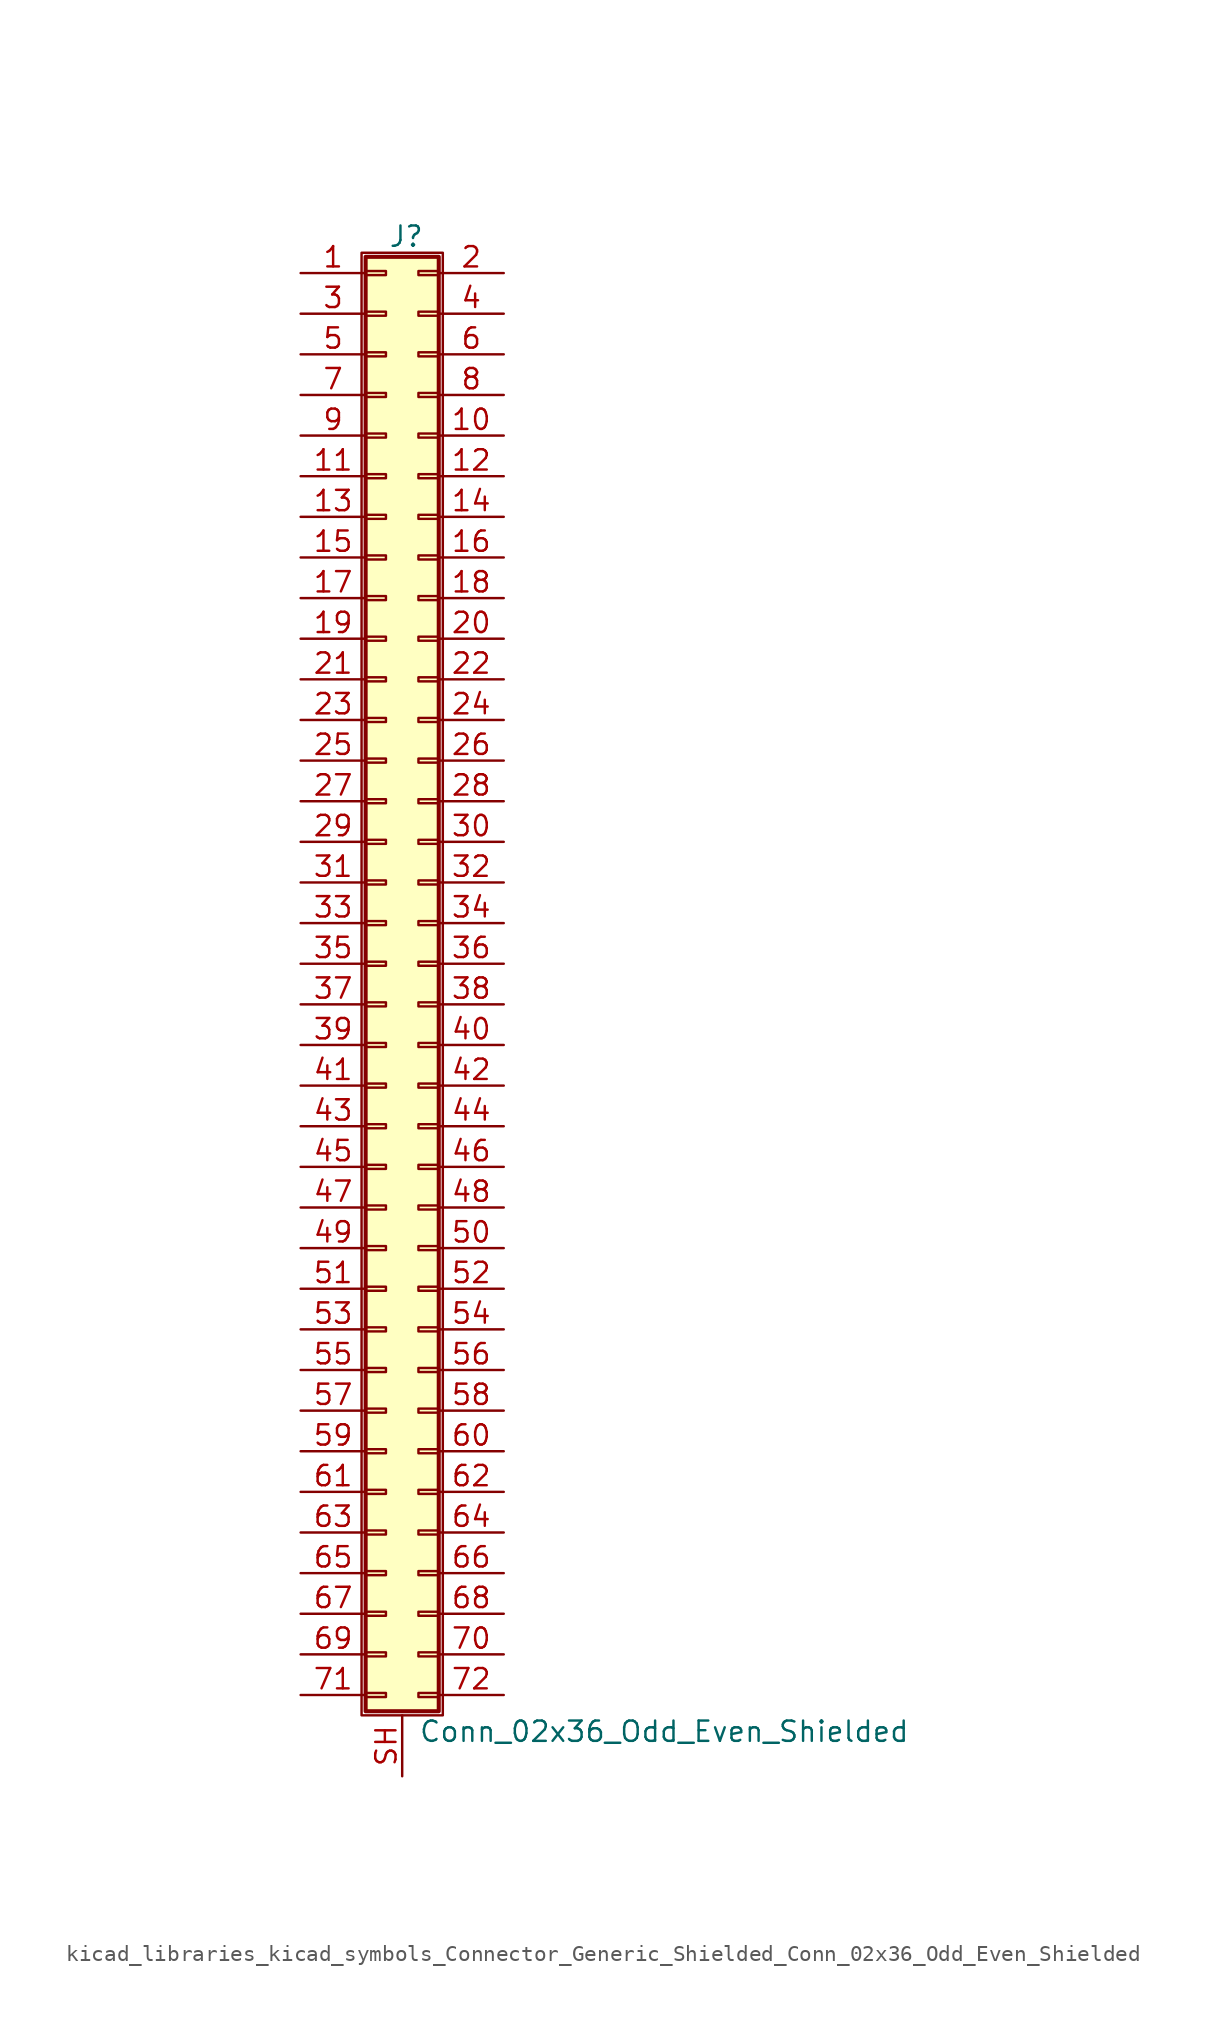
<source format=kicad_sym>
(kicad_symbol_lib
  (version 20220914)
  (generator kicad_symbol_editor)
  (symbol "kicad_libraries_kicad_symbols_Connector_Generic_Shielded_Conn_02x36_Odd_Even_Shielded"
    (pin_names
      (offset 1.016) hide)
    (property "Reference" "J"
      (at 1.524 45.466 0)
      (effects (font (size 1.27 1.27))))
    (property "Value" "Conn_02x36_Odd_Even_Shielded"
      (at 2.286 -48.006 0)
      (effects (font (size 1.27 1.27)) (justify left)))
    (symbol "kicad_libraries_kicad_symbols_Connector_Generic_Shielded_Conn_02x36_Odd_Even_Shielded_1_1"
      (rectangle (start -1.27 44.45) (end 3.81 -46.99) (stroke (width 0.152) (type default)) (fill (type none)))
      (rectangle (start -1.016 -45.593) (end 0.254 -45.847) (stroke (width 0.152) (type default)) (fill (type none)))
      (rectangle (start -1.016 -43.053) (end 0.254 -43.307) (stroke (width 0.152) (type default)) (fill (type none)))
      (rectangle (start -1.016 -40.513) (end 0.254 -40.767) (stroke (width 0.152) (type default)) (fill (type none)))
      (rectangle (start -1.016 -37.973) (end 0.254 -38.227) (stroke (width 0.152) (type default)) (fill (type none)))
      (rectangle (start -1.016 -35.433) (end 0.254 -35.687) (stroke (width 0.152) (type default)) (fill (type none)))
      (rectangle (start -1.016 -32.893) (end 0.254 -33.147) (stroke (width 0.152) (type default)) (fill (type none)))
      (rectangle (start -1.016 -30.353) (end 0.254 -30.607) (stroke (width 0.152) (type default)) (fill (type none)))
      (rectangle (start -1.016 -27.813) (end 0.254 -28.067) (stroke (width 0.152) (type default)) (fill (type none)))
      (rectangle (start -1.016 -25.273) (end 0.254 -25.527) (stroke (width 0.152) (type default)) (fill (type none)))
      (rectangle (start -1.016 -22.733) (end 0.254 -22.987) (stroke (width 0.152) (type default)) (fill (type none)))
      (rectangle (start -1.016 -20.193) (end 0.254 -20.447) (stroke (width 0.152) (type default)) (fill (type none)))
      (rectangle (start -1.016 -17.653) (end 0.254 -17.907) (stroke (width 0.152) (type default)) (fill (type none)))
      (rectangle (start -1.016 -15.113) (end 0.254 -15.367) (stroke (width 0.152) (type default)) (fill (type none)))
      (rectangle (start -1.016 -12.573) (end 0.254 -12.827) (stroke (width 0.152) (type default)) (fill (type none)))
      (rectangle (start -1.016 -10.033) (end 0.254 -10.287) (stroke (width 0.152) (type default)) (fill (type none)))
      (rectangle (start -1.016 -7.493) (end 0.254 -7.747) (stroke (width 0.152) (type default)) (fill (type none)))
      (rectangle (start -1.016 -4.953) (end 0.254 -5.207) (stroke (width 0.152) (type default)) (fill (type none)))
      (rectangle (start -1.016 -2.413) (end 0.254 -2.667) (stroke (width 0.152) (type default)) (fill (type none)))
      (rectangle (start -1.016 0.127) (end 0.254 -0.127) (stroke (width 0.152) (type default)) (fill (type none)))
      (rectangle (start -1.016 2.667) (end 0.254 2.413) (stroke (width 0.152) (type default)) (fill (type none)))
      (rectangle (start -1.016 5.207) (end 0.254 4.953) (stroke (width 0.152) (type default)) (fill (type none)))
      (rectangle (start -1.016 7.747) (end 0.254 7.493) (stroke (width 0.152) (type default)) (fill (type none)))
      (rectangle (start -1.016 10.287) (end 0.254 10.033) (stroke (width 0.152) (type default)) (fill (type none)))
      (rectangle (start -1.016 12.827) (end 0.254 12.573) (stroke (width 0.152) (type default)) (fill (type none)))
      (rectangle (start -1.016 15.367) (end 0.254 15.113) (stroke (width 0.152) (type default)) (fill (type none)))
      (rectangle (start -1.016 17.907) (end 0.254 17.653) (stroke (width 0.152) (type default)) (fill (type none)))
      (rectangle (start -1.016 20.447) (end 0.254 20.193) (stroke (width 0.152) (type default)) (fill (type none)))
      (rectangle (start -1.016 22.987) (end 0.254 22.733) (stroke (width 0.152) (type default)) (fill (type none)))
      (rectangle (start -1.016 25.527) (end 0.254 25.273) (stroke (width 0.152) (type default)) (fill (type none)))
      (rectangle (start -1.016 28.067) (end 0.254 27.813) (stroke (width 0.152) (type default)) (fill (type none)))
      (rectangle (start -1.016 30.607) (end 0.254 30.353) (stroke (width 0.152) (type default)) (fill (type none)))
      (rectangle (start -1.016 33.147) (end 0.254 32.893) (stroke (width 0.152) (type default)) (fill (type none)))
      (rectangle (start -1.016 35.687) (end 0.254 35.433) (stroke (width 0.152) (type default)) (fill (type none)))
      (rectangle (start -1.016 38.227) (end 0.254 37.973) (stroke (width 0.152) (type default)) (fill (type none)))
      (rectangle (start -1.016 40.767) (end 0.254 40.513) (stroke (width 0.152) (type default)) (fill (type none)))
      (rectangle (start -1.016 43.307) (end 0.254 43.053) (stroke (width 0.152) (type default)) (fill (type none)))
      (rectangle (start -1.016 44.196) (end 3.556 -46.736) (stroke (width 0.254) (type default)) (fill (type background)))
      (rectangle (start 3.556 -45.593) (end 2.286 -45.847) (stroke (width 0.152) (type default)) (fill (type none)))
      (rectangle (start 3.556 -43.053) (end 2.286 -43.307) (stroke (width 0.152) (type default)) (fill (type none)))
      (rectangle (start 3.556 -40.513) (end 2.286 -40.767) (stroke (width 0.152) (type default)) (fill (type none)))
      (rectangle (start 3.556 -37.973) (end 2.286 -38.227) (stroke (width 0.152) (type default)) (fill (type none)))
      (rectangle (start 3.556 -35.433) (end 2.286 -35.687) (stroke (width 0.152) (type default)) (fill (type none)))
      (rectangle (start 3.556 -32.893) (end 2.286 -33.147) (stroke (width 0.152) (type default)) (fill (type none)))
      (rectangle (start 3.556 -30.353) (end 2.286 -30.607) (stroke (width 0.152) (type default)) (fill (type none)))
      (rectangle (start 3.556 -27.813) (end 2.286 -28.067) (stroke (width 0.152) (type default)) (fill (type none)))
      (rectangle (start 3.556 -25.273) (end 2.286 -25.527) (stroke (width 0.152) (type default)) (fill (type none)))
      (rectangle (start 3.556 -22.733) (end 2.286 -22.987) (stroke (width 0.152) (type default)) (fill (type none)))
      (rectangle (start 3.556 -20.193) (end 2.286 -20.447) (stroke (width 0.152) (type default)) (fill (type none)))
      (rectangle (start 3.556 -17.653) (end 2.286 -17.907) (stroke (width 0.152) (type default)) (fill (type none)))
      (rectangle (start 3.556 -15.113) (end 2.286 -15.367) (stroke (width 0.152) (type default)) (fill (type none)))
      (rectangle (start 3.556 -12.573) (end 2.286 -12.827) (stroke (width 0.152) (type default)) (fill (type none)))
      (rectangle (start 3.556 -10.033) (end 2.286 -10.287) (stroke (width 0.152) (type default)) (fill (type none)))
      (rectangle (start 3.556 -7.493) (end 2.286 -7.747) (stroke (width 0.152) (type default)) (fill (type none)))
      (rectangle (start 3.556 -4.953) (end 2.286 -5.207) (stroke (width 0.152) (type default)) (fill (type none)))
      (rectangle (start 3.556 -2.413) (end 2.286 -2.667) (stroke (width 0.152) (type default)) (fill (type none)))
      (rectangle (start 3.556 0.127) (end 2.286 -0.127) (stroke (width 0.152) (type default)) (fill (type none)))
      (rectangle (start 3.556 2.667) (end 2.286 2.413) (stroke (width 0.152) (type default)) (fill (type none)))
      (rectangle (start 3.556 5.207) (end 2.286 4.953) (stroke (width 0.152) (type default)) (fill (type none)))
      (rectangle (start 3.556 7.747) (end 2.286 7.493) (stroke (width 0.152) (type default)) (fill (type none)))
      (rectangle (start 3.556 10.287) (end 2.286 10.033) (stroke (width 0.152) (type default)) (fill (type none)))
      (rectangle (start 3.556 12.827) (end 2.286 12.573) (stroke (width 0.152) (type default)) (fill (type none)))
      (rectangle (start 3.556 15.367) (end 2.286 15.113) (stroke (width 0.152) (type default)) (fill (type none)))
      (rectangle (start 3.556 17.907) (end 2.286 17.653) (stroke (width 0.152) (type default)) (fill (type none)))
      (rectangle (start 3.556 20.447) (end 2.286 20.193) (stroke (width 0.152) (type default)) (fill (type none)))
      (rectangle (start 3.556 22.987) (end 2.286 22.733) (stroke (width 0.152) (type default)) (fill (type none)))
      (rectangle (start 3.556 25.527) (end 2.286 25.273) (stroke (width 0.152) (type default)) (fill (type none)))
      (rectangle (start 3.556 28.067) (end 2.286 27.813) (stroke (width 0.152) (type default)) (fill (type none)))
      (rectangle (start 3.556 30.607) (end 2.286 30.353) (stroke (width 0.152) (type default)) (fill (type none)))
      (rectangle (start 3.556 33.147) (end 2.286 32.893) (stroke (width 0.152) (type default)) (fill (type none)))
      (rectangle (start 3.556 35.687) (end 2.286 35.433) (stroke (width 0.152) (type default)) (fill (type none)))
      (rectangle (start 3.556 38.227) (end 2.286 37.973) (stroke (width 0.152) (type default)) (fill (type none)))
      (rectangle (start 3.556 40.767) (end 2.286 40.513) (stroke (width 0.152) (type default)) (fill (type none)))
      (rectangle (start 3.556 43.307) (end 2.286 43.053) (stroke (width 0.152) (type default)) (fill (type none)))
      (pin passive line (at -5.08 43.18 0) (length 4.064) (name "Pin_1" (effects (font (size 1.27 1.27)))) (number "1" (effects (font (size 1.27 1.27)))))
      (pin passive line (at 7.62 33.02 180) (length 4.064) (name "Pin_10" (effects (font (size 1.27 1.27)))) (number "10" (effects (font (size 1.27 1.27)))))
      (pin passive line (at -5.08 30.48 0) (length 4.064) (name "Pin_11" (effects (font (size 1.27 1.27)))) (number "11" (effects (font (size 1.27 1.27)))))
      (pin passive line (at 7.62 30.48 180) (length 4.064) (name "Pin_12" (effects (font (size 1.27 1.27)))) (number "12" (effects (font (size 1.27 1.27)))))
      (pin passive line (at -5.08 27.94 0) (length 4.064) (name "Pin_13" (effects (font (size 1.27 1.27)))) (number "13" (effects (font (size 1.27 1.27)))))
      (pin passive line (at 7.62 27.94 180) (length 4.064) (name "Pin_14" (effects (font (size 1.27 1.27)))) (number "14" (effects (font (size 1.27 1.27)))))
      (pin passive line (at -5.08 25.4 0) (length 4.064) (name "Pin_15" (effects (font (size 1.27 1.27)))) (number "15" (effects (font (size 1.27 1.27)))))
      (pin passive line (at 7.62 25.4 180) (length 4.064) (name "Pin_16" (effects (font (size 1.27 1.27)))) (number "16" (effects (font (size 1.27 1.27)))))
      (pin passive line (at -5.08 22.86 0) (length 4.064) (name "Pin_17" (effects (font (size 1.27 1.27)))) (number "17" (effects (font (size 1.27 1.27)))))
      (pin passive line (at 7.62 22.86 180) (length 4.064) (name "Pin_18" (effects (font (size 1.27 1.27)))) (number "18" (effects (font (size 1.27 1.27)))))
      (pin passive line (at -5.08 20.32 0) (length 4.064) (name "Pin_19" (effects (font (size 1.27 1.27)))) (number "19" (effects (font (size 1.27 1.27)))))
      (pin passive line (at 7.62 43.18 180) (length 4.064) (name "Pin_2" (effects (font (size 1.27 1.27)))) (number "2" (effects (font (size 1.27 1.27)))))
      (pin passive line (at 7.62 20.32 180) (length 4.064) (name "Pin_20" (effects (font (size 1.27 1.27)))) (number "20" (effects (font (size 1.27 1.27)))))
      (pin passive line (at -5.08 17.78 0) (length 4.064) (name "Pin_21" (effects (font (size 1.27 1.27)))) (number "21" (effects (font (size 1.27 1.27)))))
      (pin passive line (at 7.62 17.78 180) (length 4.064) (name "Pin_22" (effects (font (size 1.27 1.27)))) (number "22" (effects (font (size 1.27 1.27)))))
      (pin passive line (at -5.08 15.24 0) (length 4.064) (name "Pin_23" (effects (font (size 1.27 1.27)))) (number "23" (effects (font (size 1.27 1.27)))))
      (pin passive line (at 7.62 15.24 180) (length 4.064) (name "Pin_24" (effects (font (size 1.27 1.27)))) (number "24" (effects (font (size 1.27 1.27)))))
      (pin passive line (at -5.08 12.7 0) (length 4.064) (name "Pin_25" (effects (font (size 1.27 1.27)))) (number "25" (effects (font (size 1.27 1.27)))))
      (pin passive line (at 7.62 12.7 180) (length 4.064) (name "Pin_26" (effects (font (size 1.27 1.27)))) (number "26" (effects (font (size 1.27 1.27)))))
      (pin passive line (at -5.08 10.16 0) (length 4.064) (name "Pin_27" (effects (font (size 1.27 1.27)))) (number "27" (effects (font (size 1.27 1.27)))))
      (pin passive line (at 7.62 10.16 180) (length 4.064) (name "Pin_28" (effects (font (size 1.27 1.27)))) (number "28" (effects (font (size 1.27 1.27)))))
      (pin passive line (at -5.08 7.62 0) (length 4.064) (name "Pin_29" (effects (font (size 1.27 1.27)))) (number "29" (effects (font (size 1.27 1.27)))))
      (pin passive line (at -5.08 40.64 0) (length 4.064) (name "Pin_3" (effects (font (size 1.27 1.27)))) (number "3" (effects (font (size 1.27 1.27)))))
      (pin passive line (at 7.62 7.62 180) (length 4.064) (name "Pin_30" (effects (font (size 1.27 1.27)))) (number "30" (effects (font (size 1.27 1.27)))))
      (pin passive line (at -5.08 5.08 0) (length 4.064) (name "Pin_31" (effects (font (size 1.27 1.27)))) (number "31" (effects (font (size 1.27 1.27)))))
      (pin passive line (at 7.62 5.08 180) (length 4.064) (name "Pin_32" (effects (font (size 1.27 1.27)))) (number "32" (effects (font (size 1.27 1.27)))))
      (pin passive line (at -5.08 2.54 0) (length 4.064) (name "Pin_33" (effects (font (size 1.27 1.27)))) (number "33" (effects (font (size 1.27 1.27)))))
      (pin passive line (at 7.62 2.54 180) (length 4.064) (name "Pin_34" (effects (font (size 1.27 1.27)))) (number "34" (effects (font (size 1.27 1.27)))))
      (pin passive line (at -5.08 0 0) (length 4.064) (name "Pin_35" (effects (font (size 1.27 1.27)))) (number "35" (effects (font (size 1.27 1.27)))))
      (pin passive line (at 7.62 0 180) (length 4.064) (name "Pin_36" (effects (font (size 1.27 1.27)))) (number "36" (effects (font (size 1.27 1.27)))))
      (pin passive line (at -5.08 -2.54 0) (length 4.064) (name "Pin_37" (effects (font (size 1.27 1.27)))) (number "37" (effects (font (size 1.27 1.27)))))
      (pin passive line (at 7.62 -2.54 180) (length 4.064) (name "Pin_38" (effects (font (size 1.27 1.27)))) (number "38" (effects (font (size 1.27 1.27)))))
      (pin passive line (at -5.08 -5.08 0) (length 4.064) (name "Pin_39" (effects (font (size 1.27 1.27)))) (number "39" (effects (font (size 1.27 1.27)))))
      (pin passive line (at 7.62 40.64 180) (length 4.064) (name "Pin_4" (effects (font (size 1.27 1.27)))) (number "4" (effects (font (size 1.27 1.27)))))
      (pin passive line (at 7.62 -5.08 180) (length 4.064) (name "Pin_40" (effects (font (size 1.27 1.27)))) (number "40" (effects (font (size 1.27 1.27)))))
      (pin passive line (at -5.08 -7.62 0) (length 4.064) (name "Pin_41" (effects (font (size 1.27 1.27)))) (number "41" (effects (font (size 1.27 1.27)))))
      (pin passive line (at 7.62 -7.62 180) (length 4.064) (name "Pin_42" (effects (font (size 1.27 1.27)))) (number "42" (effects (font (size 1.27 1.27)))))
      (pin passive line (at -5.08 -10.16 0) (length 4.064) (name "Pin_43" (effects (font (size 1.27 1.27)))) (number "43" (effects (font (size 1.27 1.27)))))
      (pin passive line (at 7.62 -10.16 180) (length 4.064) (name "Pin_44" (effects (font (size 1.27 1.27)))) (number "44" (effects (font (size 1.27 1.27)))))
      (pin passive line (at -5.08 -12.7 0) (length 4.064) (name "Pin_45" (effects (font (size 1.27 1.27)))) (number "45" (effects (font (size 1.27 1.27)))))
      (pin passive line (at 7.62 -12.7 180) (length 4.064) (name "Pin_46" (effects (font (size 1.27 1.27)))) (number "46" (effects (font (size 1.27 1.27)))))
      (pin passive line (at -5.08 -15.24 0) (length 4.064) (name "Pin_47" (effects (font (size 1.27 1.27)))) (number "47" (effects (font (size 1.27 1.27)))))
      (pin passive line (at 7.62 -15.24 180) (length 4.064) (name "Pin_48" (effects (font (size 1.27 1.27)))) (number "48" (effects (font (size 1.27 1.27)))))
      (pin passive line (at -5.08 -17.78 0) (length 4.064) (name "Pin_49" (effects (font (size 1.27 1.27)))) (number "49" (effects (font (size 1.27 1.27)))))
      (pin passive line (at -5.08 38.1 0) (length 4.064) (name "Pin_5" (effects (font (size 1.27 1.27)))) (number "5" (effects (font (size 1.27 1.27)))))
      (pin passive line (at 7.62 -17.78 180) (length 4.064) (name "Pin_50" (effects (font (size 1.27 1.27)))) (number "50" (effects (font (size 1.27 1.27)))))
      (pin passive line (at -5.08 -20.32 0) (length 4.064) (name "Pin_51" (effects (font (size 1.27 1.27)))) (number "51" (effects (font (size 1.27 1.27)))))
      (pin passive line (at 7.62 -20.32 180) (length 4.064) (name "Pin_52" (effects (font (size 1.27 1.27)))) (number "52" (effects (font (size 1.27 1.27)))))
      (pin passive line (at -5.08 -22.86 0) (length 4.064) (name "Pin_53" (effects (font (size 1.27 1.27)))) (number "53" (effects (font (size 1.27 1.27)))))
      (pin passive line (at 7.62 -22.86 180) (length 4.064) (name "Pin_54" (effects (font (size 1.27 1.27)))) (number "54" (effects (font (size 1.27 1.27)))))
      (pin passive line (at -5.08 -25.4 0) (length 4.064) (name "Pin_55" (effects (font (size 1.27 1.27)))) (number "55" (effects (font (size 1.27 1.27)))))
      (pin passive line (at 7.62 -25.4 180) (length 4.064) (name "Pin_56" (effects (font (size 1.27 1.27)))) (number "56" (effects (font (size 1.27 1.27)))))
      (pin passive line (at -5.08 -27.94 0) (length 4.064) (name "Pin_57" (effects (font (size 1.27 1.27)))) (number "57" (effects (font (size 1.27 1.27)))))
      (pin passive line (at 7.62 -27.94 180) (length 4.064) (name "Pin_58" (effects (font (size 1.27 1.27)))) (number "58" (effects (font (size 1.27 1.27)))))
      (pin passive line (at -5.08 -30.48 0) (length 4.064) (name "Pin_59" (effects (font (size 1.27 1.27)))) (number "59" (effects (font (size 1.27 1.27)))))
      (pin passive line (at 7.62 38.1 180) (length 4.064) (name "Pin_6" (effects (font (size 1.27 1.27)))) (number "6" (effects (font (size 1.27 1.27)))))
      (pin passive line (at 7.62 -30.48 180) (length 4.064) (name "Pin_60" (effects (font (size 1.27 1.27)))) (number "60" (effects (font (size 1.27 1.27)))))
      (pin passive line (at -5.08 -33.02 0) (length 4.064) (name "Pin_61" (effects (font (size 1.27 1.27)))) (number "61" (effects (font (size 1.27 1.27)))))
      (pin passive line (at 7.62 -33.02 180) (length 4.064) (name "Pin_62" (effects (font (size 1.27 1.27)))) (number "62" (effects (font (size 1.27 1.27)))))
      (pin passive line (at -5.08 -35.56 0) (length 4.064) (name "Pin_63" (effects (font (size 1.27 1.27)))) (number "63" (effects (font (size 1.27 1.27)))))
      (pin passive line (at 7.62 -35.56 180) (length 4.064) (name "Pin_64" (effects (font (size 1.27 1.27)))) (number "64" (effects (font (size 1.27 1.27)))))
      (pin passive line (at -5.08 -38.1 0) (length 4.064) (name "Pin_65" (effects (font (size 1.27 1.27)))) (number "65" (effects (font (size 1.27 1.27)))))
      (pin passive line (at 7.62 -38.1 180) (length 4.064) (name "Pin_66" (effects (font (size 1.27 1.27)))) (number "66" (effects (font (size 1.27 1.27)))))
      (pin passive line (at -5.08 -40.64 0) (length 4.064) (name "Pin_67" (effects (font (size 1.27 1.27)))) (number "67" (effects (font (size 1.27 1.27)))))
      (pin passive line (at 7.62 -40.64 180) (length 4.064) (name "Pin_68" (effects (font (size 1.27 1.27)))) (number "68" (effects (font (size 1.27 1.27)))))
      (pin passive line (at -5.08 -43.18 0) (length 4.064) (name "Pin_69" (effects (font (size 1.27 1.27)))) (number "69" (effects (font (size 1.27 1.27)))))
      (pin passive line (at -5.08 35.56 0) (length 4.064) (name "Pin_7" (effects (font (size 1.27 1.27)))) (number "7" (effects (font (size 1.27 1.27)))))
      (pin passive line (at 7.62 -43.18 180) (length 4.064) (name "Pin_70" (effects (font (size 1.27 1.27)))) (number "70" (effects (font (size 1.27 1.27)))))
      (pin passive line (at -5.08 -45.72 0) (length 4.064) (name "Pin_71" (effects (font (size 1.27 1.27)))) (number "71" (effects (font (size 1.27 1.27)))))
      (pin passive line (at 7.62 -45.72 180) (length 4.064) (name "Pin_72" (effects (font (size 1.27 1.27)))) (number "72" (effects (font (size 1.27 1.27)))))
      (pin passive line (at 7.62 35.56 180) (length 4.064) (name "Pin_8" (effects (font (size 1.27 1.27)))) (number "8" (effects (font (size 1.27 1.27)))))
      (pin passive line (at -5.08 33.02 0) (length 4.064) (name "Pin_9" (effects (font (size 1.27 1.27)))) (number "9" (effects (font (size 1.27 1.27)))))
      (pin passive line (at 1.27 -50.8 90) (length 3.81) (name "Shield" (effects (font (size 1.27 1.27)))) (number "SH" (effects (font (size 1.27 1.27))))))))
</source>
